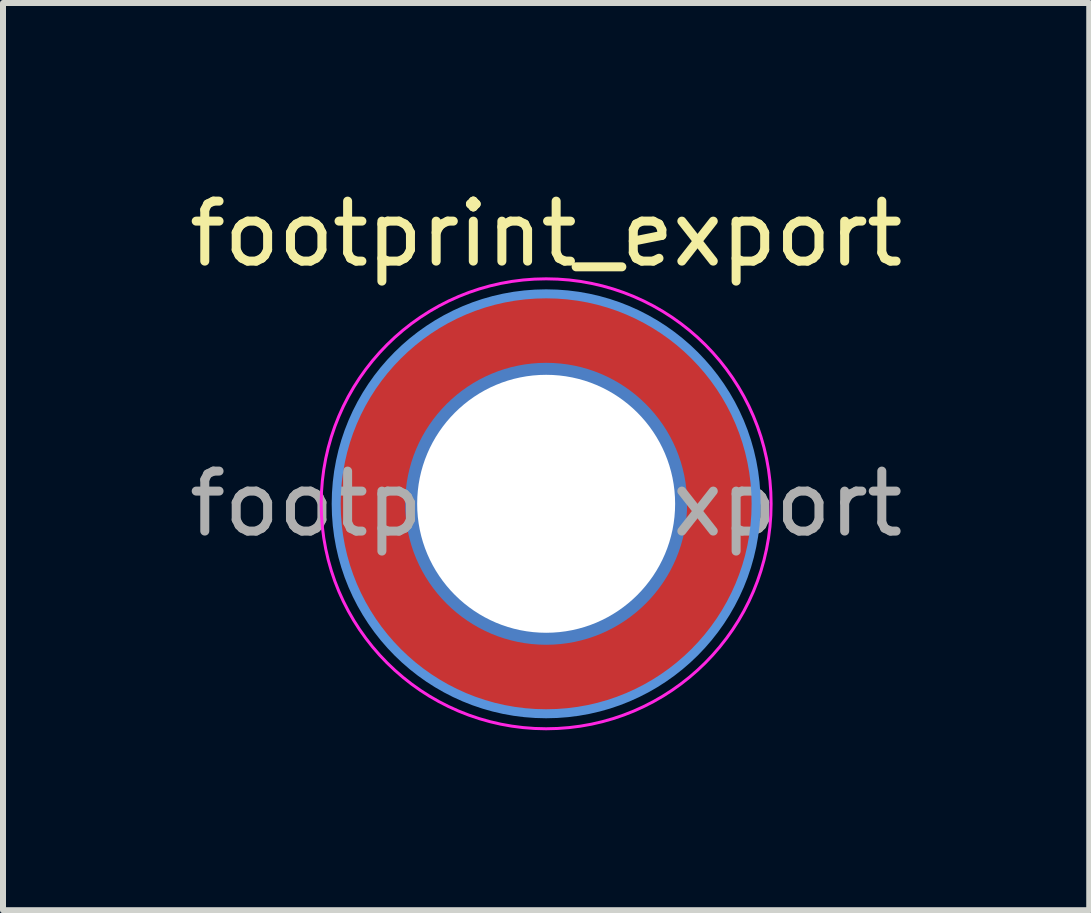
<source format=kicad_pcb>
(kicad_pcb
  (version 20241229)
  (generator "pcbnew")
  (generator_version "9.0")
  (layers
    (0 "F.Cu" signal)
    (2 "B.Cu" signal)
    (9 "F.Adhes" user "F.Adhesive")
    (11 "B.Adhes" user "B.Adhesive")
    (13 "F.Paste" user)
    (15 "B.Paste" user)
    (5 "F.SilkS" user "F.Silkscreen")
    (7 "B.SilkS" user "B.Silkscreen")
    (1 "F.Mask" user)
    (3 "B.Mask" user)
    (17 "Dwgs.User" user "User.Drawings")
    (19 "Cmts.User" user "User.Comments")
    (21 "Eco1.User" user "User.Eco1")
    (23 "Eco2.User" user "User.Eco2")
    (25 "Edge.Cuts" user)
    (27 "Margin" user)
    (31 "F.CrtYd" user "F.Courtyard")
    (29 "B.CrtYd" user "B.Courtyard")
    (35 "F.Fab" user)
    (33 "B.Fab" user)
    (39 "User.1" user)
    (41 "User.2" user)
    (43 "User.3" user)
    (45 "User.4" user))
  (footprint "footprint_export"
    (layer "F.Cu")
    (at 6.054 5.348)
    (property "Reference" "footprint_export" (at 0 -4.5 0) (layer "F.SilkS") (effects (font (size 1 1) (thickness 0.15))))
    (attr exclude_from_pos_files exclude_from_bom)
    (fp_circle (center 0 0) (end 3.5 0) (stroke (width 0.15) (type solid)) (fill no) (layer "Cmts.User"))
    (fp_circle (center 0 0) (end 3.75 0) (stroke (width 0.05) (type solid)) (fill no) (layer "F.CrtYd"))
    (fp_text user "${REFERENCE}" (at 0 0 0) (layer "F.Fab") (effects (font (size 1 1) (thickness 0.15))))
    (pad "1" thru_hole circle (at 0 0) (size 4.7 4.7) (drill 4.3) (layers "*.Cu" "*.Mask"))
    (pad "1" connect circle (at 0 0) (size 7 7) (layers "F.Cu" "F.Mask")))
  (gr_rect
    (start -3 -3)
    (end 15.107 12.123)
    (stroke (width 0.1) (type default))
    (fill no)
    (layer "Edge.Cuts")))
</source>
